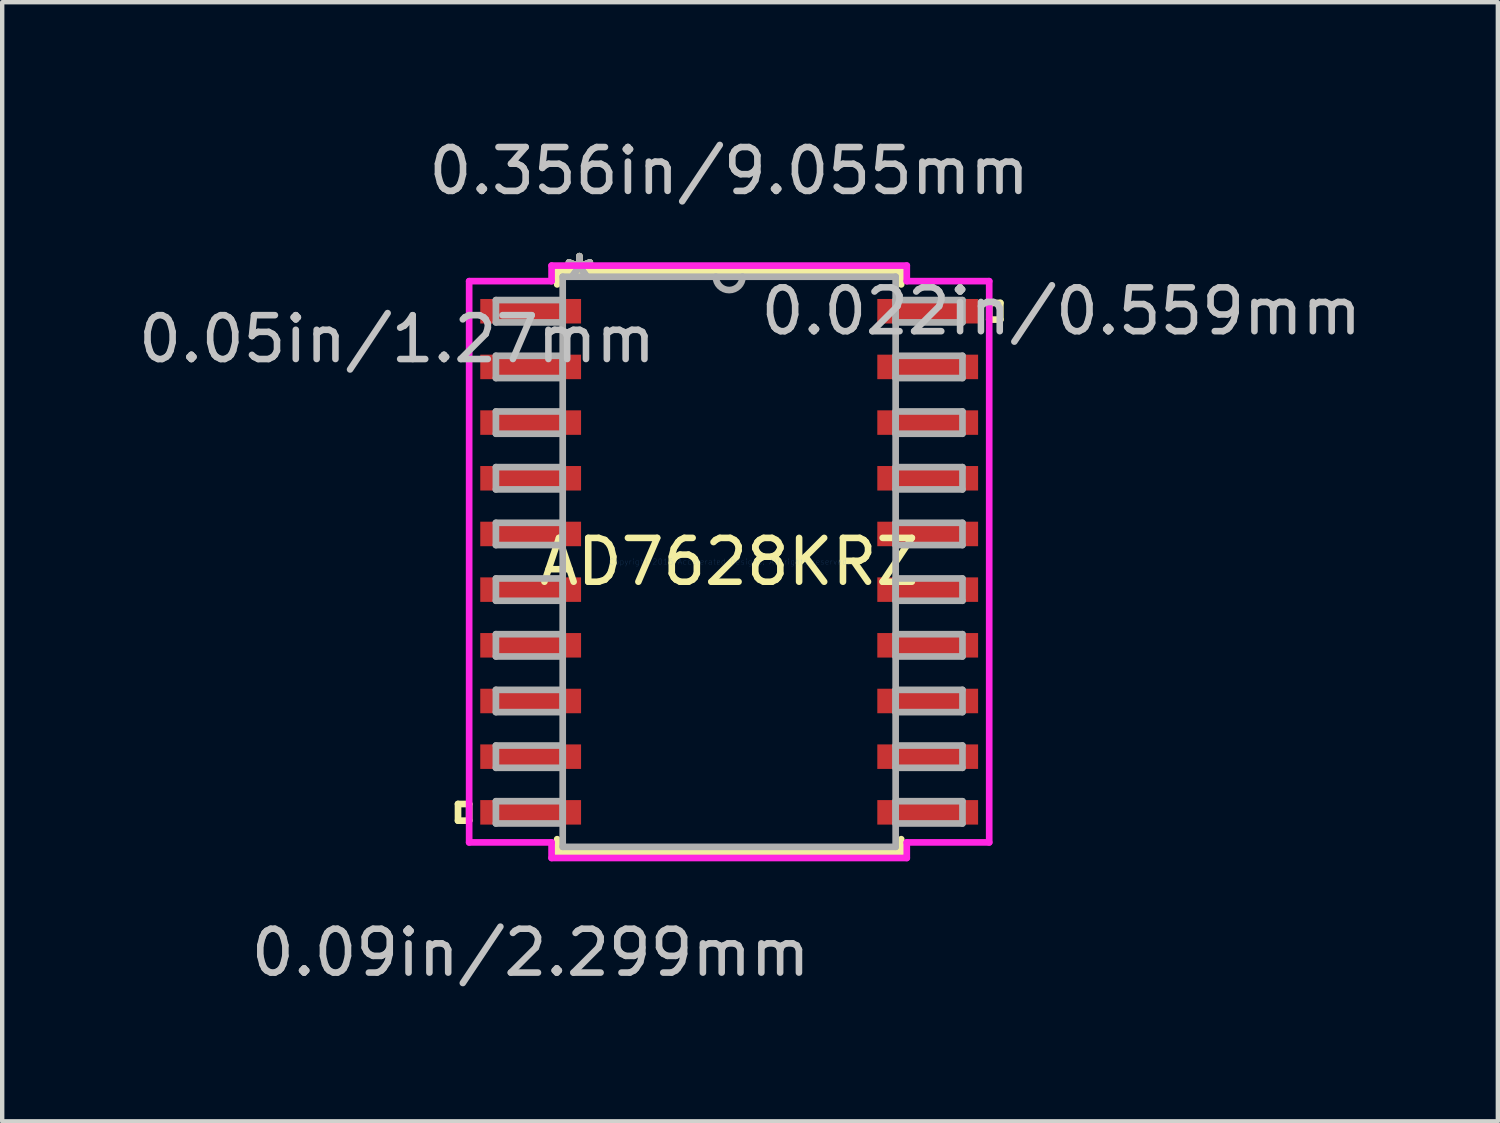
<source format=kicad_pcb>
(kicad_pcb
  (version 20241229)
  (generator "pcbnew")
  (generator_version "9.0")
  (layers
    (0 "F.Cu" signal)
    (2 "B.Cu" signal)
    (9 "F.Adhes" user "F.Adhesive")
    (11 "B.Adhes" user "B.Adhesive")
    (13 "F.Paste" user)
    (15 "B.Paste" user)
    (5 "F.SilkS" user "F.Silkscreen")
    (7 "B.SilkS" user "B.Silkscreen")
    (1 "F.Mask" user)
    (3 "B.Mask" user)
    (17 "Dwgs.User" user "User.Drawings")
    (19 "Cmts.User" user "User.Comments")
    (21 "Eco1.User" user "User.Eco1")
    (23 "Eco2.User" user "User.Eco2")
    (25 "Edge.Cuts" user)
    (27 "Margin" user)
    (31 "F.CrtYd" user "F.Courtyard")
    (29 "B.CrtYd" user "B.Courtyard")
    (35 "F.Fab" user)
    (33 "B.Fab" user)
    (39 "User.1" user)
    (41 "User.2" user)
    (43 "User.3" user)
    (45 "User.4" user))
  (footprint "AD7628KRZ"
    (layer "F.Cu")
    (at 13.582 9.764)
    (property "Reference" "AD7628KRZ" (at 0 0 0) (layer "F.SilkS") (effects (font (size 1 1) (thickness 0.15))))
    (attr through_hole)
    (fp_line (start -6.185 5.524) (end -6.185 5.905) (stroke (width 0.152) (type solid)) (layer "F.SilkS"))
    (fp_line (start -6.185 5.905) (end -5.931 5.905) (stroke (width 0.152) (type solid)) (layer "F.SilkS"))
    (fp_line (start -5.931 5.524) (end -6.185 5.524) (stroke (width 0.152) (type solid)) (layer "F.SilkS"))
    (fp_line (start -5.931 5.905) (end -5.931 5.524) (stroke (width 0.152) (type solid)) (layer "F.SilkS"))
    (fp_line (start -3.924 -6.629) (end -3.924 -6.327) (stroke (width 0.152) (type solid)) (layer "F.SilkS"))
    (fp_line (start -3.924 6.327) (end -3.924 6.629) (stroke (width 0.152) (type solid)) (layer "F.SilkS"))
    (fp_line (start -3.924 6.629) (end 3.924 6.629) (stroke (width 0.152) (type solid)) (layer "F.SilkS"))
    (fp_line (start 3.924 -6.629) (end -3.924 -6.629) (stroke (width 0.152) (type solid)) (layer "F.SilkS"))
    (fp_line (start 3.924 -6.327) (end 3.924 -6.629) (stroke (width 0.152) (type solid)) (layer "F.SilkS"))
    (fp_line (start 3.924 6.629) (end 3.924 6.327) (stroke (width 0.152) (type solid)) (layer "F.SilkS"))
    (fp_line (start 5.931 -5.905) (end 6.185 -5.905) (stroke (width 0.152) (type solid)) (layer "F.SilkS"))
    (fp_line (start 5.931 -5.524) (end 5.931 -5.905) (stroke (width 0.152) (type solid)) (layer "F.SilkS"))
    (fp_line (start 6.185 -5.905) (end 6.185 -5.524) (stroke (width 0.152) (type solid)) (layer "F.SilkS"))
    (fp_line (start 6.185 -5.524) (end 5.931 -5.524) (stroke (width 0.152) (type solid)) (layer "F.SilkS"))
    (fp_line (start -5.931 -6.401) (end -4.051 -6.401) (stroke (width 0.152) (type solid)) (layer "F.CrtYd"))
    (fp_line (start -5.931 6.401) (end -5.931 -6.401) (stroke (width 0.152) (type solid)) (layer "F.CrtYd"))
    (fp_line (start -4.051 -6.756) (end 4.051 -6.756) (stroke (width 0.152) (type solid)) (layer "F.CrtYd"))
    (fp_line (start -4.051 -6.401) (end -4.051 -6.756) (stroke (width 0.152) (type solid)) (layer "F.CrtYd"))
    (fp_line (start -4.051 6.401) (end -5.931 6.401) (stroke (width 0.152) (type solid)) (layer "F.CrtYd"))
    (fp_line (start -4.051 6.756) (end -4.051 6.401) (stroke (width 0.152) (type solid)) (layer "F.CrtYd"))
    (fp_line (start 4.051 -6.756) (end 4.051 -6.401) (stroke (width 0.152) (type solid)) (layer "F.CrtYd"))
    (fp_line (start 4.051 -6.401) (end 5.931 -6.401) (stroke (width 0.152) (type solid)) (layer "F.CrtYd"))
    (fp_line (start 4.051 6.401) (end 4.051 6.756) (stroke (width 0.152) (type solid)) (layer "F.CrtYd"))
    (fp_line (start 4.051 6.756) (end -4.051 6.756) (stroke (width 0.152) (type solid)) (layer "F.CrtYd"))
    (fp_line (start 5.931 -6.401) (end 5.931 6.401) (stroke (width 0.152) (type solid)) (layer "F.CrtYd"))
    (fp_line (start 5.931 6.401) (end 4.051 6.401) (stroke (width 0.152) (type solid)) (layer "F.CrtYd"))
    (fp_line (start -5.321 -5.969) (end -5.321 -5.461) (stroke (width 0.152) (type solid)) (layer "F.Fab"))
    (fp_line (start -5.321 -5.461) (end -3.797 -5.461) (stroke (width 0.152) (type solid)) (layer "F.Fab"))
    (fp_line (start -5.321 -4.699) (end -5.321 -4.191) (stroke (width 0.152) (type solid)) (layer "F.Fab"))
    (fp_line (start -5.321 -4.191) (end -3.797 -4.191) (stroke (width 0.152) (type solid)) (layer "F.Fab"))
    (fp_line (start -5.321 -3.429) (end -5.321 -2.921) (stroke (width 0.152) (type solid)) (layer "F.Fab"))
    (fp_line (start -5.321 -2.921) (end -3.797 -2.921) (stroke (width 0.152) (type solid)) (layer "F.Fab"))
    (fp_line (start -5.321 -2.159) (end -5.321 -1.651) (stroke (width 0.152) (type solid)) (layer "F.Fab"))
    (fp_line (start -5.321 -1.651) (end -3.797 -1.651) (stroke (width 0.152) (type solid)) (layer "F.Fab"))
    (fp_line (start -5.321 -0.889) (end -5.321 -0.381) (stroke (width 0.152) (type solid)) (layer "F.Fab"))
    (fp_line (start -5.321 -0.381) (end -3.797 -0.381) (stroke (width 0.152) (type solid)) (layer "F.Fab"))
    (fp_line (start -5.321 0.381) (end -5.321 0.889) (stroke (width 0.152) (type solid)) (layer "F.Fab"))
    (fp_line (start -5.321 0.889) (end -3.797 0.889) (stroke (width 0.152) (type solid)) (layer "F.Fab"))
    (fp_line (start -5.321 1.651) (end -5.321 2.159) (stroke (width 0.152) (type solid)) (layer "F.Fab"))
    (fp_line (start -5.321 2.159) (end -3.797 2.159) (stroke (width 0.152) (type solid)) (layer "F.Fab"))
    (fp_line (start -5.321 2.921) (end -5.321 3.429) (stroke (width 0.152) (type solid)) (layer "F.Fab"))
    (fp_line (start -5.321 3.429) (end -3.797 3.429) (stroke (width 0.152) (type solid)) (layer "F.Fab"))
    (fp_line (start -5.321 4.191) (end -5.321 4.699) (stroke (width 0.152) (type solid)) (layer "F.Fab"))
    (fp_line (start -5.321 4.699) (end -3.797 4.699) (stroke (width 0.152) (type solid)) (layer "F.Fab"))
    (fp_line (start -5.321 5.461) (end -5.321 5.969) (stroke (width 0.152) (type solid)) (layer "F.Fab"))
    (fp_line (start -5.321 5.969) (end -3.797 5.969) (stroke (width 0.152) (type solid)) (layer "F.Fab"))
    (fp_line (start -3.797 -6.502) (end -3.797 6.502) (stroke (width 0.152) (type solid)) (layer "F.Fab"))
    (fp_line (start -3.797 -5.969) (end -5.321 -5.969) (stroke (width 0.152) (type solid)) (layer "F.Fab"))
    (fp_line (start -3.797 -5.461) (end -3.797 -5.969) (stroke (width 0.152) (type solid)) (layer "F.Fab"))
    (fp_line (start -3.797 -4.699) (end -5.321 -4.699) (stroke (width 0.152) (type solid)) (layer "F.Fab"))
    (fp_line (start -3.797 -4.191) (end -3.797 -4.699) (stroke (width 0.152) (type solid)) (layer "F.Fab"))
    (fp_line (start -3.797 -3.429) (end -5.321 -3.429) (stroke (width 0.152) (type solid)) (layer "F.Fab"))
    (fp_line (start -3.797 -2.921) (end -3.797 -3.429) (stroke (width 0.152) (type solid)) (layer "F.Fab"))
    (fp_line (start -3.797 -2.159) (end -5.321 -2.159) (stroke (width 0.152) (type solid)) (layer "F.Fab"))
    (fp_line (start -3.797 -1.651) (end -3.797 -2.159) (stroke (width 0.152) (type solid)) (layer "F.Fab"))
    (fp_line (start -3.797 -0.889) (end -5.321 -0.889) (stroke (width 0.152) (type solid)) (layer "F.Fab"))
    (fp_line (start -3.797 -0.381) (end -3.797 -0.889) (stroke (width 0.152) (type solid)) (layer "F.Fab"))
    (fp_line (start -3.797 0.381) (end -5.321 0.381) (stroke (width 0.152) (type solid)) (layer "F.Fab"))
    (fp_line (start -3.797 0.889) (end -3.797 0.381) (stroke (width 0.152) (type solid)) (layer "F.Fab"))
    (fp_line (start -3.797 1.651) (end -5.321 1.651) (stroke (width 0.152) (type solid)) (layer "F.Fab"))
    (fp_line (start -3.797 2.159) (end -3.797 1.651) (stroke (width 0.152) (type solid)) (layer "F.Fab"))
    (fp_line (start -3.797 2.921) (end -5.321 2.921) (stroke (width 0.152) (type solid)) (layer "F.Fab"))
    (fp_line (start -3.797 3.429) (end -3.797 2.921) (stroke (width 0.152) (type solid)) (layer "F.Fab"))
    (fp_line (start -3.797 4.191) (end -5.321 4.191) (stroke (width 0.152) (type solid)) (layer "F.Fab"))
    (fp_line (start -3.797 4.699) (end -3.797 4.191) (stroke (width 0.152) (type solid)) (layer "F.Fab"))
    (fp_line (start -3.797 5.461) (end -5.321 5.461) (stroke (width 0.152) (type solid)) (layer "F.Fab"))
    (fp_line (start -3.797 5.969) (end -3.797 5.461) (stroke (width 0.152) (type solid)) (layer "F.Fab"))
    (fp_line (start -3.797 6.502) (end 3.797 6.502) (stroke (width 0.152) (type solid)) (layer "F.Fab"))
    (fp_line (start 3.797 -6.502) (end -3.797 -6.502) (stroke (width 0.152) (type solid)) (layer "F.Fab"))
    (fp_line (start 3.797 -5.969) (end 3.797 -5.461) (stroke (width 0.152) (type solid)) (layer "F.Fab"))
    (fp_line (start 3.797 -5.461) (end 5.321 -5.461) (stroke (width 0.152) (type solid)) (layer "F.Fab"))
    (fp_line (start 3.797 -4.699) (end 3.797 -4.191) (stroke (width 0.152) (type solid)) (layer "F.Fab"))
    (fp_line (start 3.797 -4.191) (end 5.321 -4.191) (stroke (width 0.152) (type solid)) (layer "F.Fab"))
    (fp_line (start 3.797 -3.429) (end 3.797 -2.921) (stroke (width 0.152) (type solid)) (layer "F.Fab"))
    (fp_line (start 3.797 -2.921) (end 5.321 -2.921) (stroke (width 0.152) (type solid)) (layer "F.Fab"))
    (fp_line (start 3.797 -2.159) (end 3.797 -1.651) (stroke (width 0.152) (type solid)) (layer "F.Fab"))
    (fp_line (start 3.797 -1.651) (end 5.321 -1.651) (stroke (width 0.152) (type solid)) (layer "F.Fab"))
    (fp_line (start 3.797 -0.889) (end 3.797 -0.381) (stroke (width 0.152) (type solid)) (layer "F.Fab"))
    (fp_line (start 3.797 -0.381) (end 5.321 -0.381) (stroke (width 0.152) (type solid)) (layer "F.Fab"))
    (fp_line (start 3.797 0.381) (end 3.797 0.889) (stroke (width 0.152) (type solid)) (layer "F.Fab"))
    (fp_line (start 3.797 0.889) (end 5.321 0.889) (stroke (width 0.152) (type solid)) (layer "F.Fab"))
    (fp_line (start 3.797 1.651) (end 3.797 2.159) (stroke (width 0.152) (type solid)) (layer "F.Fab"))
    (fp_line (start 3.797 2.159) (end 5.321 2.159) (stroke (width 0.152) (type solid)) (layer "F.Fab"))
    (fp_line (start 3.797 2.921) (end 3.797 3.429) (stroke (width 0.152) (type solid)) (layer "F.Fab"))
    (fp_line (start 3.797 3.429) (end 5.321 3.429) (stroke (width 0.152) (type solid)) (layer "F.Fab"))
    (fp_line (start 3.797 4.191) (end 3.797 4.699) (stroke (width 0.152) (type solid)) (layer "F.Fab"))
    (fp_line (start 3.797 4.699) (end 5.321 4.699) (stroke (width 0.152) (type solid)) (layer "F.Fab"))
    (fp_line (start 3.797 5.461) (end 3.797 5.969) (stroke (width 0.152) (type solid)) (layer "F.Fab"))
    (fp_line (start 3.797 5.969) (end 5.321 5.969) (stroke (width 0.152) (type solid)) (layer "F.Fab"))
    (fp_line (start 3.797 6.502) (end 3.797 -6.502) (stroke (width 0.152) (type solid)) (layer "F.Fab"))
    (fp_line (start 5.321 -5.969) (end 3.797 -5.969) (stroke (width 0.152) (type solid)) (layer "F.Fab"))
    (fp_line (start 5.321 -5.461) (end 5.321 -5.969) (stroke (width 0.152) (type solid)) (layer "F.Fab"))
    (fp_line (start 5.321 -4.699) (end 3.797 -4.699) (stroke (width 0.152) (type solid)) (layer "F.Fab"))
    (fp_line (start 5.321 -4.191) (end 5.321 -4.699) (stroke (width 0.152) (type solid)) (layer "F.Fab"))
    (fp_line (start 5.321 -3.429) (end 3.797 -3.429) (stroke (width 0.152) (type solid)) (layer "F.Fab"))
    (fp_line (start 5.321 -2.921) (end 5.321 -3.429) (stroke (width 0.152) (type solid)) (layer "F.Fab"))
    (fp_line (start 5.321 -2.159) (end 3.797 -2.159) (stroke (width 0.152) (type solid)) (layer "F.Fab"))
    (fp_line (start 5.321 -1.651) (end 5.321 -2.159) (stroke (width 0.152) (type solid)) (layer "F.Fab"))
    (fp_line (start 5.321 -0.889) (end 3.797 -0.889) (stroke (width 0.152) (type solid)) (layer "F.Fab"))
    (fp_line (start 5.321 -0.381) (end 5.321 -0.889) (stroke (width 0.152) (type solid)) (layer "F.Fab"))
    (fp_line (start 5.321 0.381) (end 3.797 0.381) (stroke (width 0.152) (type solid)) (layer "F.Fab"))
    (fp_line (start 5.321 0.889) (end 5.321 0.381) (stroke (width 0.152) (type solid)) (layer "F.Fab"))
    (fp_line (start 5.321 1.651) (end 3.797 1.651) (stroke (width 0.152) (type solid)) (layer "F.Fab"))
    (fp_line (start 5.321 2.159) (end 5.321 1.651) (stroke (width 0.152) (type solid)) (layer "F.Fab"))
    (fp_line (start 5.321 2.921) (end 3.797 2.921) (stroke (width 0.152) (type solid)) (layer "F.Fab"))
    (fp_line (start 5.321 3.429) (end 5.321 2.921) (stroke (width 0.152) (type solid)) (layer "F.Fab"))
    (fp_line (start 5.321 4.191) (end 3.797 4.191) (stroke (width 0.152) (type solid)) (layer "F.Fab"))
    (fp_line (start 5.321 4.699) (end 5.321 4.191) (stroke (width 0.152) (type solid)) (layer "F.Fab"))
    (fp_line (start 5.321 5.461) (end 3.797 5.461) (stroke (width 0.152) (type solid)) (layer "F.Fab"))
    (fp_line (start 5.321 5.969) (end 5.321 5.461) (stroke (width 0.152) (type solid)) (layer "F.Fab"))
    (fp_arc (start 0.3048 -6.5024) (mid 0 -6.1976) (end -0.3048 -6.5024) (stroke (width 0.1524) (type solid)) (layer "F.Fab"))
    (fp_text user "*" (at -3.416 -6.426 0) (layer "F.SilkS") (effects (font (size 1 1) (thickness 0.15))))
    (fp_text user "*" (at -3.416 -6.426 0) (layer "F.SilkS") (effects (font (size 1 1) (thickness 0.15))))
    (fp_text user "0.356in/9.055mm" (at 0 -8.915 0) (layer "Dwgs.User") (effects (font (size 1 1) (thickness 0.15))))
    (fp_text user "0.022in/0.559mm" (at 7.576 -5.715 0) (layer "Dwgs.User") (effects (font (size 1 1) (thickness 0.15))))
    (fp_text user "0.05in/1.27mm" (at -7.576 -5.08 0) (layer "Dwgs.User") (effects (font (size 1 1) (thickness 0.15))))
    (fp_text user "0.09in/2.299mm" (at -4.528 8.915 0) (layer "Dwgs.User") (effects (font (size 1 1) (thickness 0.15))))
    (fp_text user "Copyright 2016 Accelerated Designs. All rights reserved." (at 0 0 0) (layer "Cmts.User") (effects (font (size 0.127 0.127) (thickness 0.002))))
    (fp_text user "*" (at -3.416 -6.426 0) (layer "F.Fab") (effects (font (size 1 1) (thickness 0.15))))
    (fp_text user "*" (at -3.416 -6.426 0) (layer "F.Fab") (effects (font (size 1 1) (thickness 0.15))))
    (pad "1" smd rect (at -4.528 -5.715) (size 2.299 0.559) (layers "F.Cu" "F.Mask" "F.Paste"))
    (pad "2" smd rect (at -4.528 -4.445) (size 2.299 0.559) (layers "F.Cu" "F.Mask" "F.Paste"))
    (pad "3" smd rect (at -4.528 -3.175) (size 2.299 0.559) (layers "F.Cu" "F.Mask" "F.Paste"))
    (pad "4" smd rect (at -4.528 -1.905) (size 2.299 0.559) (layers "F.Cu" "F.Mask" "F.Paste"))
    (pad "5" smd rect (at -4.528 -0.635) (size 2.299 0.559) (layers "F.Cu" "F.Mask" "F.Paste"))
    (pad "6" smd rect (at -4.528 0.635) (size 2.299 0.559) (layers "F.Cu" "F.Mask" "F.Paste"))
    (pad "7" smd rect (at -4.528 1.905) (size 2.299 0.559) (layers "F.Cu" "F.Mask" "F.Paste"))
    (pad "8" smd rect (at -4.528 3.175) (size 2.299 0.559) (layers "F.Cu" "F.Mask" "F.Paste"))
    (pad "9" smd rect (at -4.528 4.445) (size 2.299 0.559) (layers "F.Cu" "F.Mask" "F.Paste"))
    (pad "10" smd rect (at -4.528 5.715) (size 2.299 0.559) (layers "F.Cu" "F.Mask" "F.Paste"))
    (pad "11" smd rect (at 4.528 5.715) (size 2.299 0.559) (layers "F.Cu" "F.Mask" "F.Paste"))
    (pad "12" smd rect (at 4.528 4.445) (size 2.299 0.559) (layers "F.Cu" "F.Mask" "F.Paste"))
    (pad "13" smd rect (at 4.528 3.175) (size 2.299 0.559) (layers "F.Cu" "F.Mask" "F.Paste"))
    (pad "14" smd rect (at 4.528 1.905) (size 2.299 0.559) (layers "F.Cu" "F.Mask" "F.Paste"))
    (pad "15" smd rect (at 4.528 0.635) (size 2.299 0.559) (layers "F.Cu" "F.Mask" "F.Paste"))
    (pad "16" smd rect (at 4.528 -0.635) (size 2.299 0.559) (layers "F.Cu" "F.Mask" "F.Paste"))
    (pad "17" smd rect (at 4.528 -1.905) (size 2.299 0.559) (layers "F.Cu" "F.Mask" "F.Paste"))
    (pad "18" smd rect (at 4.528 -3.175) (size 2.299 0.559) (layers "F.Cu" "F.Mask" "F.Paste"))
    (pad "19" smd rect (at 4.528 -4.445) (size 2.299 0.559) (layers "F.Cu" "F.Mask" "F.Paste"))
    (pad "20" smd rect (at 4.528 -5.715) (size 2.299 0.559) (layers "F.Cu" "F.Mask" "F.Paste")))
  (gr_rect
    (start -3 -3)
    (end 31.115 22.527)
    (stroke (width 0.1) (type default))
    (fill no)
    (layer "Edge.Cuts")))
</source>
